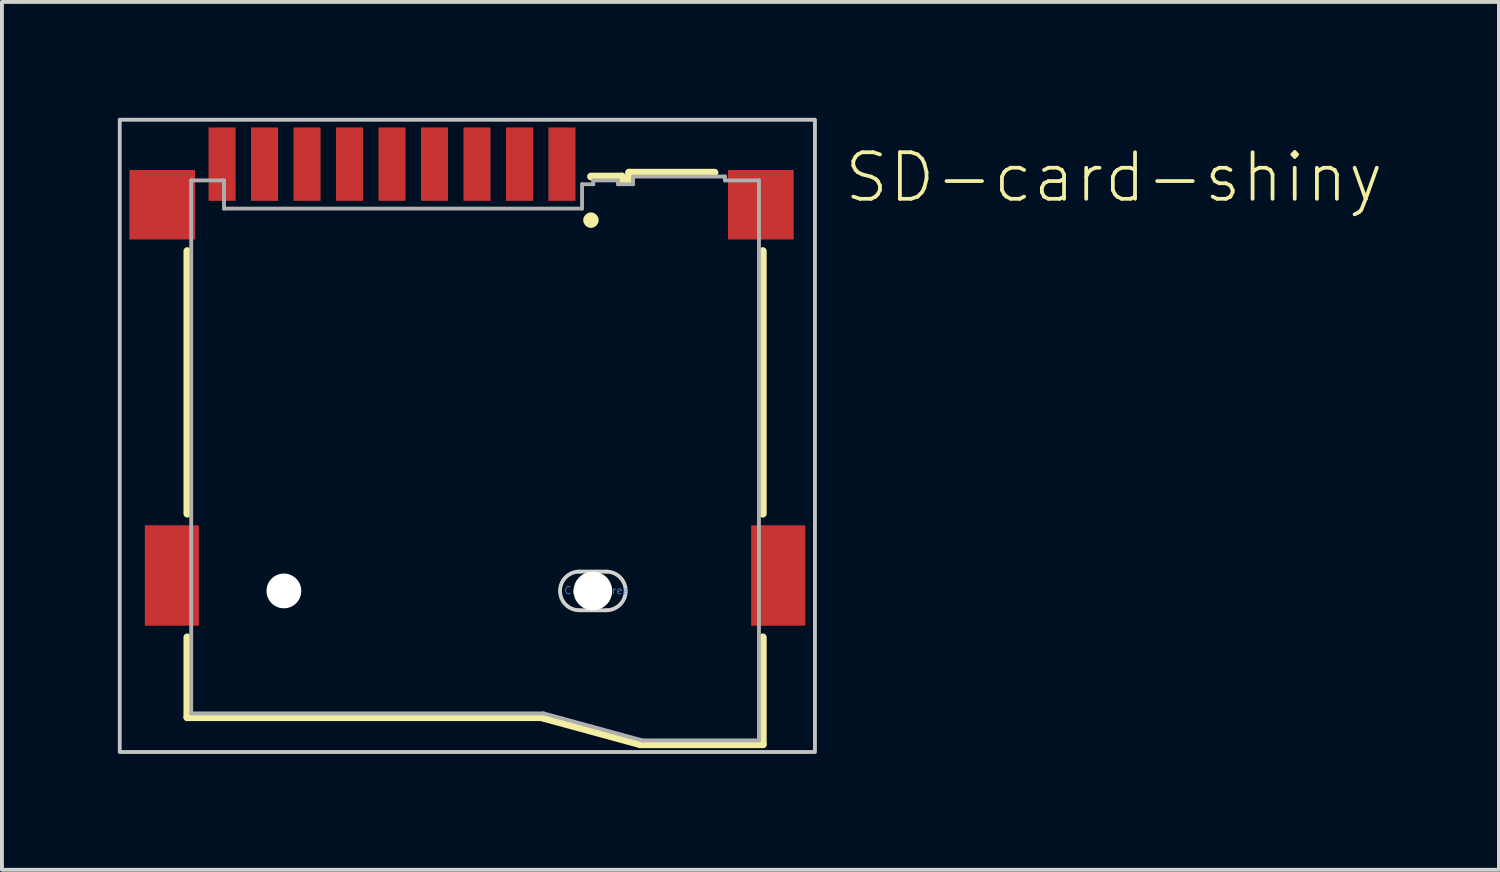
<source format=kicad_pcb>
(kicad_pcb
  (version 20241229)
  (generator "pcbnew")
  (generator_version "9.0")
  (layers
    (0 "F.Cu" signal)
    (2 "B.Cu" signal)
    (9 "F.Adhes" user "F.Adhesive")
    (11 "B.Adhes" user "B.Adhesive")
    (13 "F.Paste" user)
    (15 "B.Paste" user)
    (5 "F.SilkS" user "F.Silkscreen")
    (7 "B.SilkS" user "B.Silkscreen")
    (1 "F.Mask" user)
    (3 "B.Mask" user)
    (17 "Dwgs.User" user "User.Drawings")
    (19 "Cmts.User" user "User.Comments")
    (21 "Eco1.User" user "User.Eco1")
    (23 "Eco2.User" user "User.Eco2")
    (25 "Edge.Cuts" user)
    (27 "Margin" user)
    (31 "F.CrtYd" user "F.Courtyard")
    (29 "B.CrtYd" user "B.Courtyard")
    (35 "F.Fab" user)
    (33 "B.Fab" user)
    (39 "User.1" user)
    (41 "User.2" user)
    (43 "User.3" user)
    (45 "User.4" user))
  (footprint "SD-card-shiny"
    (layer "F.Cu")
    (at 9.25 12.25)
    (property "Reference" "SD-card-shiny" (at 9.5 -10 0) (layer "F.SilkS") (effects (font (size 1.206 1.206) (thickness 0.097)) (justify left bottom)))
    (attr through_hole)
    (fp_line (start -7.45 -8.8) (end -7.45 -2) (stroke (width 0.2) (type solid)) (layer "F.SilkS"))
    (fp_line (start -7.45 1.2) (end -7.45 3.27) (stroke (width 0.2) (type solid)) (layer "F.SilkS"))
    (fp_line (start -7.45 3.27) (end 1.71 3.27) (stroke (width 0.2) (type solid)) (layer "F.SilkS"))
    (fp_line (start 1.71 3.27) (end 4.28 3.97) (stroke (width 0.2) (type solid)) (layer "F.SilkS"))
    (fp_line (start 3 -10.73) (end 3.8 -10.73) (stroke (width 0.2) (type solid)) (layer "F.SilkS"))
    (fp_line (start 3.8 -10.73) (end 3.8 -10.63) (stroke (width 0.2) (type solid)) (layer "F.SilkS"))
    (fp_line (start 3.8 -10.63) (end 3.99 -10.63) (stroke (width 0.2) (type solid)) (layer "F.SilkS"))
    (fp_line (start 3.99 -10.83) (end 6.2 -10.83) (stroke (width 0.2) (type solid)) (layer "F.SilkS"))
    (fp_line (start 3.99 -10.63) (end 3.99 -10.83) (stroke (width 0.2) (type solid)) (layer "F.SilkS"))
    (fp_line (start 4.28 3.97) (end 7.45 3.97) (stroke (width 0.2) (type solid)) (layer "F.SilkS"))
    (fp_line (start 7.45 -8.8) (end 7.45 -2) (stroke (width 0.2) (type solid)) (layer "F.SilkS"))
    (fp_line (start 7.45 3.97) (end 7.45 1.2) (stroke (width 0.2) (type solid)) (layer "F.SilkS"))
    (fp_circle (center 3 -9.6) (end 3.1 -9.6) (stroke (width 0.2) (type solid)) (fill no) (layer "F.SilkS"))
    (fp_poly (pts (xy -9.2 -12.2) (xy 8.8 -12.2) (xy 8.8 4.17) (xy -9.2 4.17)) (stroke (width 0.1) (type solid)) (fill no) (layer "Dwgs.User"))
    (fp_line (start 2.7 -0.5) (end 3.4 -0.5) (stroke (width 0.1) (type solid)) (layer "Edge.Cuts"))
    (fp_line (start 3.4 0.5) (end 2.7 0.5) (stroke (width 0.1) (type solid)) (layer "Edge.Cuts"))
    (fp_arc (start 2.7 0.5) (mid 2.2 0) (end 2.7 -0.5) (stroke (width 0.1) (type solid)) (layer "Edge.Cuts"))
    (fp_arc (start 3.4 -0.5) (mid 3.9 0) (end 3.4 0.5) (stroke (width 0.1) (type solid)) (layer "Edge.Cuts"))
    (fp_line (start -7.35 -10.63) (end -6.5 -10.63) (stroke (width 0.1) (type solid)) (layer "F.Fab"))
    (fp_line (start -7.35 3.17) (end -7.35 -10.63) (stroke (width 0.1) (type solid)) (layer "F.Fab"))
    (fp_line (start -7.35 3.17) (end 1.77 3.17) (stroke (width 0.1) (type solid)) (layer "F.Fab"))
    (fp_line (start -6.5 -9.9) (end -6.5 -10.63) (stroke (width 0.1) (type solid)) (layer "F.Fab"))
    (fp_line (start 1.77 3.17) (end 4.33 3.87) (stroke (width 0.1) (type solid)) (layer "F.Fab"))
    (fp_line (start 2.77 -10.53) (end 2.77 -9.9) (stroke (width 0.1) (type solid)) (layer "F.Fab"))
    (fp_line (start 2.77 -9.9) (end -6.5 -9.9) (stroke (width 0.1) (type solid)) (layer "F.Fab"))
    (fp_line (start 3.06 -10.63) (end 3.06 -10.53) (stroke (width 0.1) (type solid)) (layer "F.Fab"))
    (fp_line (start 3.06 -10.53) (end 2.77 -10.53) (stroke (width 0.1) (type solid)) (layer "F.Fab"))
    (fp_line (start 3.7 -10.63) (end 3.06 -10.63) (stroke (width 0.1) (type solid)) (layer "F.Fab"))
    (fp_line (start 3.7 -10.53) (end 3.7 -10.63) (stroke (width 0.1) (type solid)) (layer "F.Fab"))
    (fp_line (start 4.09 -10.73) (end 4.09 -10.53) (stroke (width 0.1) (type solid)) (layer "F.Fab"))
    (fp_line (start 4.09 -10.73) (end 6.47 -10.73) (stroke (width 0.1) (type solid)) (layer "F.Fab"))
    (fp_line (start 4.09 -10.53) (end 3.7 -10.53) (stroke (width 0.1) (type solid)) (layer "F.Fab"))
    (fp_line (start 4.33 3.87) (end 7.35 3.87) (stroke (width 0.1) (type solid)) (layer "F.Fab"))
    (fp_line (start 6.47 -10.73) (end 6.47 -10.63) (stroke (width 0.1) (type solid)) (layer "F.Fab"))
    (fp_line (start 6.47 -10.63) (end 7.35 -10.63) (stroke (width 0.1) (type solid)) (layer "F.Fab"))
    (fp_line (start 7.35 -10.63) (end 7.35 3.87) (stroke (width 0.1) (type solid)) (layer "F.Fab"))
    (fp_text user "Cutout Area" (at 2.3 0.1 0) (layer "Cmts.User") (effects (font (size 0.19 0.19) (thickness 0.016)) (justify left bottom)))
    (fp_text user "Cutout Area" (at 2.3 0.1 0) (layer "Edge.Cuts") (effects (font (size 0.19 0.19) (thickness 0.016)) (justify left bottom)))
    (pad "" np_thru_hole circle (at -4.95 0) (size 0.9 0.9) (drill 0.9) (layers "*.Cu" "*.Mask"))
    (pad "" np_thru_hole circle (at 3.05 0) (size 1 1) (drill 1) (layers "*.Cu" "*.Mask"))
    (pad "1" smd rect (at 2.25 -11.05) (size 0.7 1.9) (layers "F.Cu" "F.Mask" "F.Paste"))
    (pad "2" smd rect (at 1.15 -11.05) (size 0.7 1.9) (layers "F.Cu" "F.Mask" "F.Paste"))
    (pad "3" smd rect (at 0.05 -11.05) (size 0.7 1.9) (layers "F.Cu" "F.Mask" "F.Paste"))
    (pad "4" smd rect (at -1.05 -11.05) (size 0.7 1.9) (layers "F.Cu" "F.Mask" "F.Paste"))
    (pad "5" smd rect (at -2.15 -11.05) (size 0.7 1.9) (layers "F.Cu" "F.Mask" "F.Paste"))
    (pad "6" smd rect (at -3.25 -11.05) (size 0.7 1.9) (layers "F.Cu" "F.Mask" "F.Paste"))
    (pad "7" smd rect (at -4.35 -11.05) (size 0.7 1.9) (layers "F.Cu" "F.Mask" "F.Paste"))
    (pad "8" smd rect (at -5.45 -11.05) (size 0.7 1.9) (layers "F.Cu" "F.Mask" "F.Paste"))
    (pad "9" smd rect (at -6.55 -11.05) (size 0.7 1.9) (layers "F.Cu" "F.Mask" "F.Paste"))
    (pad "10" smd rect (at -8.1 -10) (size 1.7 1.8) (layers "F.Cu" "F.Mask" "F.Paste"))
    (pad "11" smd rect (at 7.4 -10) (size 1.7 1.8) (layers "F.Cu" "F.Mask" "F.Paste"))
    (pad "12" smd rect (at -7.85 -0.4) (size 1.4 2.6) (layers "F.Cu" "F.Mask" "F.Paste"))
    (pad "13" smd rect (at 7.85 -0.4) (size 1.4 2.6) (layers "F.Cu" "F.Mask" "F.Paste")))
  (gr_rect
    (start -3 -3)
    (end 35.759 19.47)
    (stroke (width 0.1) (type default))
    (fill no)
    (layer "Edge.Cuts")))
</source>
